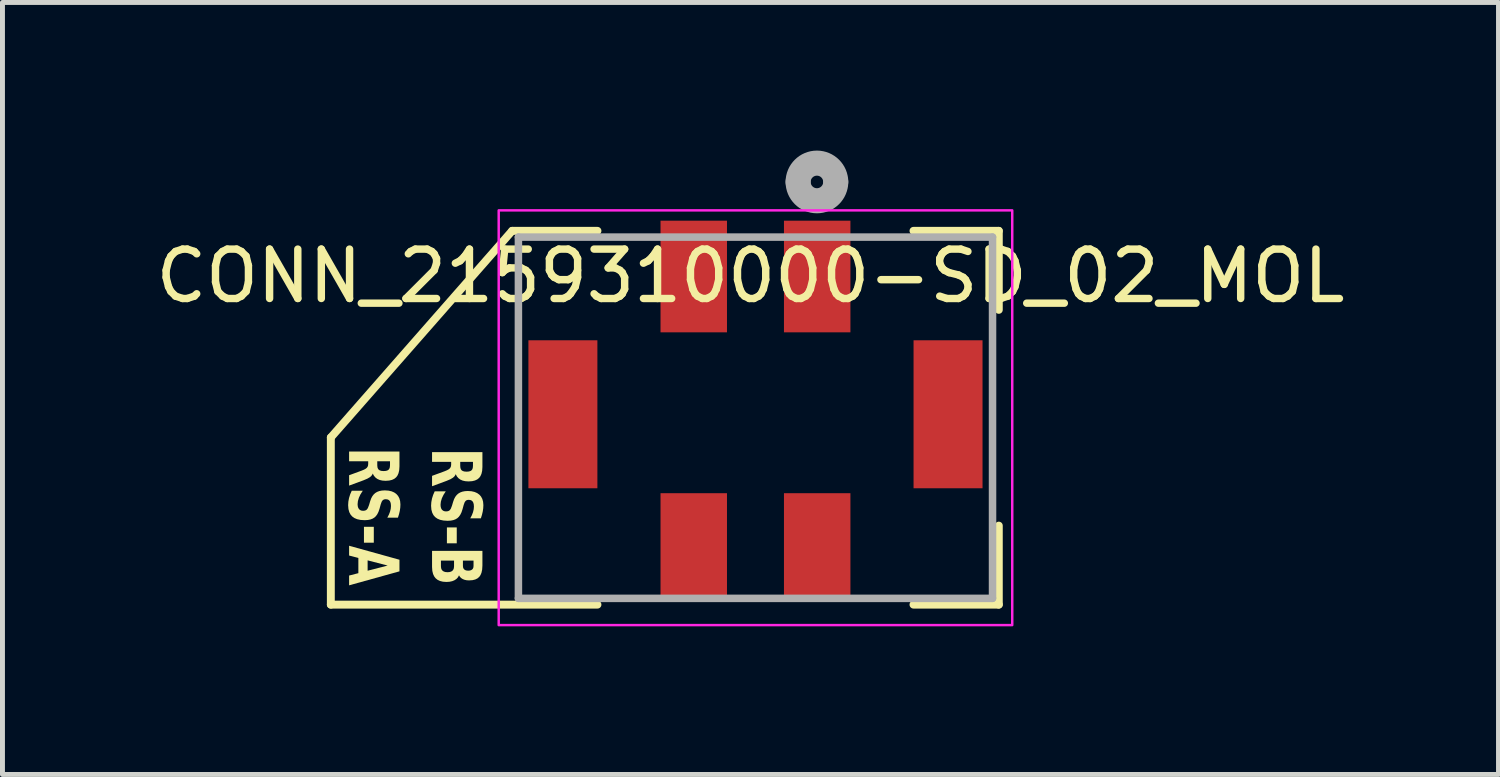
<source format=kicad_pcb>
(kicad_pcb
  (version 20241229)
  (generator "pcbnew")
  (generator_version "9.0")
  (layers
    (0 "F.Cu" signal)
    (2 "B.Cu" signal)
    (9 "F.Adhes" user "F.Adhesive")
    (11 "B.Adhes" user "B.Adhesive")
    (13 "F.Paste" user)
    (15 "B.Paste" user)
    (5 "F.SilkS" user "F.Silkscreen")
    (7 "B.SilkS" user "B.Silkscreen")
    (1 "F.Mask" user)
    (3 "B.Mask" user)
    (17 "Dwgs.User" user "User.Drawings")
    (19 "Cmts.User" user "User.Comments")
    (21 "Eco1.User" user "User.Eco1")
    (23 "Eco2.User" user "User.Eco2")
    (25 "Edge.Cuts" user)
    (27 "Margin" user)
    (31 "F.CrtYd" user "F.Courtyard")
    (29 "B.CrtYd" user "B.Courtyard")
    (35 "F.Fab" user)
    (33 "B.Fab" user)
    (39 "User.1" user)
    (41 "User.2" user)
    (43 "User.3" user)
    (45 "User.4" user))
  (footprint "CONN_2159310000-SD_02_MOL"
    (layer "F.Cu")
    (at 12.25 5.41)
    (property "Reference" "CONN_2159310000-SD_02_MOL" (at -0.102 -2.87 0) (layer "F.SilkS") (effects (font (size 1 1) (thickness 0.15))))
    (attr smd)
    (fp_line (start -8.6 3.785) (end -8.6 0.4) (stroke (width 0.16) (type solid)) (layer "F.SilkS"))
    (fp_line (start -8.6 3.785) (end -3.2 3.785) (stroke (width 0.16) (type solid)) (layer "F.SilkS"))
    (fp_line (start -4.928 -3.785) (end -8.6 0.4) (stroke (width 0.16) (type solid)) (layer "F.SilkS"))
    (fp_line (start -3.2 -3.785) (end -4.928 -3.785) (stroke (width 0.16) (type solid)) (layer "F.SilkS"))
    (fp_line (start 3.2 3.785) (end 4.928 3.785) (stroke (width 0.16) (type solid)) (layer "F.SilkS"))
    (fp_line (start 4.928 -3.785) (end 3.2 -3.785) (stroke (width 0.16) (type solid)) (layer "F.SilkS"))
    (fp_line (start 4.928 -2.185) (end 4.928 -3.785) (stroke (width 0.16) (type solid)) (layer "F.SilkS"))
    (fp_line (start 4.928 3.785) (end 4.928 2.185) (stroke (width 0.16) (type solid)) (layer "F.SilkS"))
    (fp_rect (start -5.2 -4.2) (end 5.2 4.2) (stroke (width 0.05) (type default)) (fill no) (layer "F.CrtYd"))
    (fp_line (start -4.801 -3.658) (end -4.801 3.658) (stroke (width 0.152) (type solid)) (layer "F.Fab"))
    (fp_line (start -4.801 3.658) (end 4.801 3.658) (stroke (width 0.152) (type solid)) (layer "F.Fab"))
    (fp_line (start 4.801 -3.658) (end -4.801 -3.658) (stroke (width 0.152) (type solid)) (layer "F.Fab"))
    (fp_line (start 4.801 3.658) (end 4.801 -3.658) (stroke (width 0.152) (type solid)) (layer "F.Fab"))
    (fp_arc (start 0.8636 -4.7752) (mid 1.2446 -5.1562) (end 1.6256 -4.7752) (stroke (width 0.508) (type solid)) (layer "F.Fab"))
    (fp_arc (start 1.6256 -4.7752) (mid 1.2446 -4.3942) (end 0.8636 -4.7752) (stroke (width 0.508) (type solid)) (layer "F.Fab"))
    (fp_text user "RS-B\nRS-A" (at -8.4 3.4 270) (unlocked yes) (layer "F.SilkS") (effects (font (face "DejaVu Sans") (size 1 0.75) (thickness 0.15) (bold yes)) (justify right bottom)))
    (pad "1" smd rect (at 1.25 -2.86) (size 1.346 2.261) (layers "F.Cu" "F.Mask" "F.Paste"))
    (pad "1" smd rect (at 1.25 2.57) (size 1.346 2.083) (layers "F.Cu" "F.Mask" "F.Paste"))
    (pad "2" smd rect (at -1.25 -2.86) (size 1.346 2.261) (layers "F.Cu" "F.Mask" "F.Paste"))
    (pad "2" smd rect (at -1.25 2.57) (size 1.346 2.083) (layers "F.Cu" "F.Mask" "F.Paste"))
    (pad "MNT1" smd rect (at -3.9 -0.07) (size 1.397 2.997) (layers "F.Cu" "F.Mask" "F.Paste"))
    (pad "MNT2" smd rect (at 3.9 -0.07) (size 1.397 2.997) (layers "F.Cu" "F.Mask" "F.Paste")))
  (gr_rect
    (start -3 -3)
    (end 27.298 12.635)
    (stroke (width 0.1) (type default))
    (fill no)
    (layer "Edge.Cuts")))
</source>
